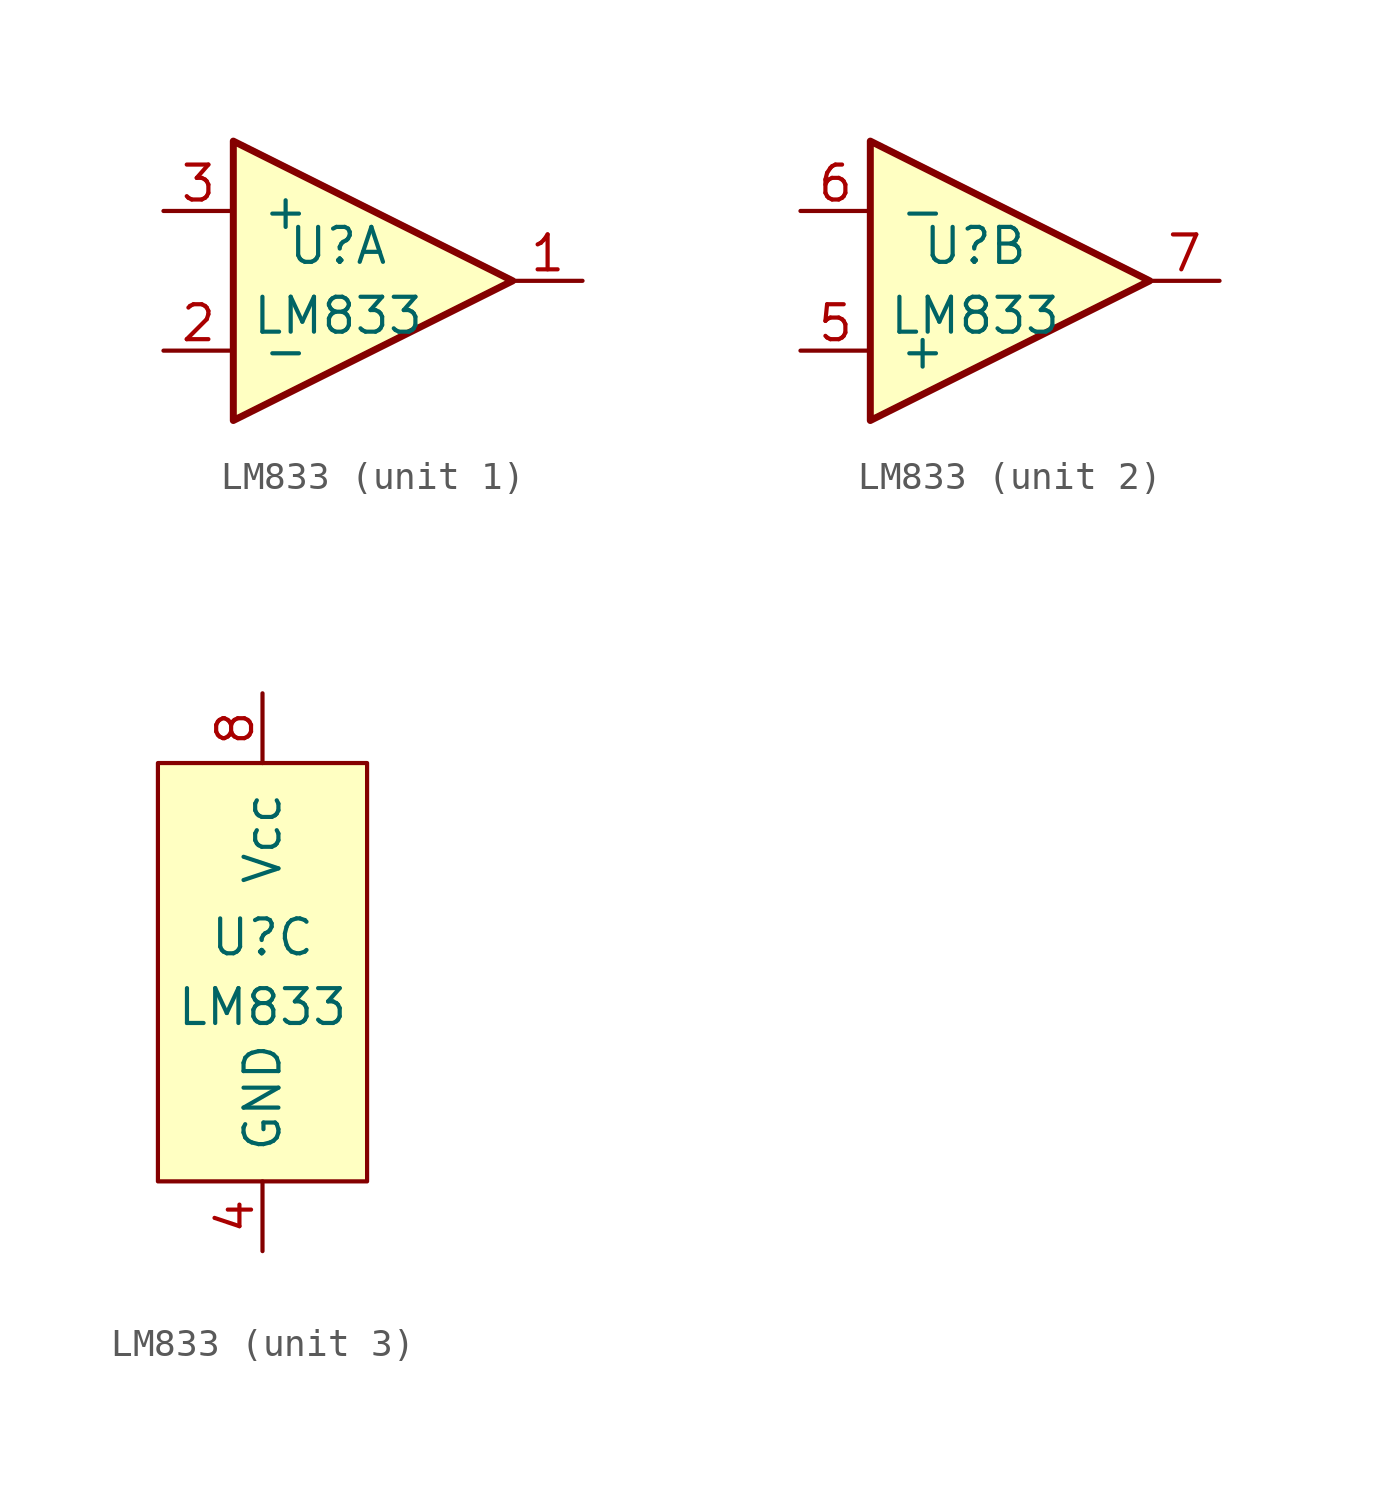
<source format=kicad_sym>
(kicad_symbol_lib
  (version 20231120)
  (generator "kicad_symbol_editor")
  (generator_version "8.0")
  (symbol "LM833"
    (pin_names
      (offset 1.016))
    (property "Reference" "U"
      (at 0 1.27 0)
      (effects (font (size 1.27 1.27))))
    (property "Value" "LM833"
      (at 0 -1.27 0)
      (effects (font (size 1.27 1.27))))
    (property "ki_locked" ""
      (at 0 0 0)
      (effects (font (size 1.27 1.27))))
    (symbol "LM833_1_1"
      (polyline (pts (xy -3.81 5.08) (xy 6.35 0) (xy -3.81 -5.08) (xy -3.81 5.08)) (stroke (width 0.254) (type default)) (fill (type background)))
      (pin output line (at 8.89 0 180) (length 2.54) (name "~" (effects (font (size 1.27 1.27)))) (number "1" (effects (font (size 1.27 1.27)))))
      (pin input line (at -6.35 -2.54 0) (length 2.54) (name "-" (effects (font (size 1.27 1.27)))) (number "2" (effects (font (size 1.27 1.27)))))
      (pin input line (at -6.35 2.54 0) (length 2.54) (name "+" (effects (font (size 1.27 1.27)))) (number "3" (effects (font (size 1.27 1.27))))))
    (symbol "LM833_2_1"
      (polyline (pts (xy -3.81 5.08) (xy 6.35 0) (xy -3.81 -5.08) (xy -3.81 5.08)) (stroke (width 0.254) (type default)) (fill (type background)))
      (pin input line (at -6.35 -2.54 0) (length 2.54) (name "+" (effects (font (size 1.27 1.27)))) (number "5" (effects (font (size 1.27 1.27)))))
      (pin input line (at -6.35 2.54 0) (length 2.54) (name "-" (effects (font (size 1.27 1.27)))) (number "6" (effects (font (size 1.27 1.27)))))
      (pin output line (at 8.89 0 180) (length 2.54) (name "~" (effects (font (size 1.27 1.27)))) (number "7" (effects (font (size 1.27 1.27))))))
    (symbol "LM833_3_1"
      (rectangle (start -3.81 7.62) (end 3.81 -7.62) (stroke (width 0) (type default)) (fill (type background)))
      (pin power_in line (at 0 -10.16 90) (length 2.54) (name "GND" (effects (font (size 1.27 1.27)))) (number "4" (effects (font (size 1.27 1.27)))))
      (pin power_in line (at 0 10.16 270) (length 2.54) (name "Vcc" (effects (font (size 1.27 1.27)))) (number "8" (effects (font (size 1.27 1.27))))))))
</source>
